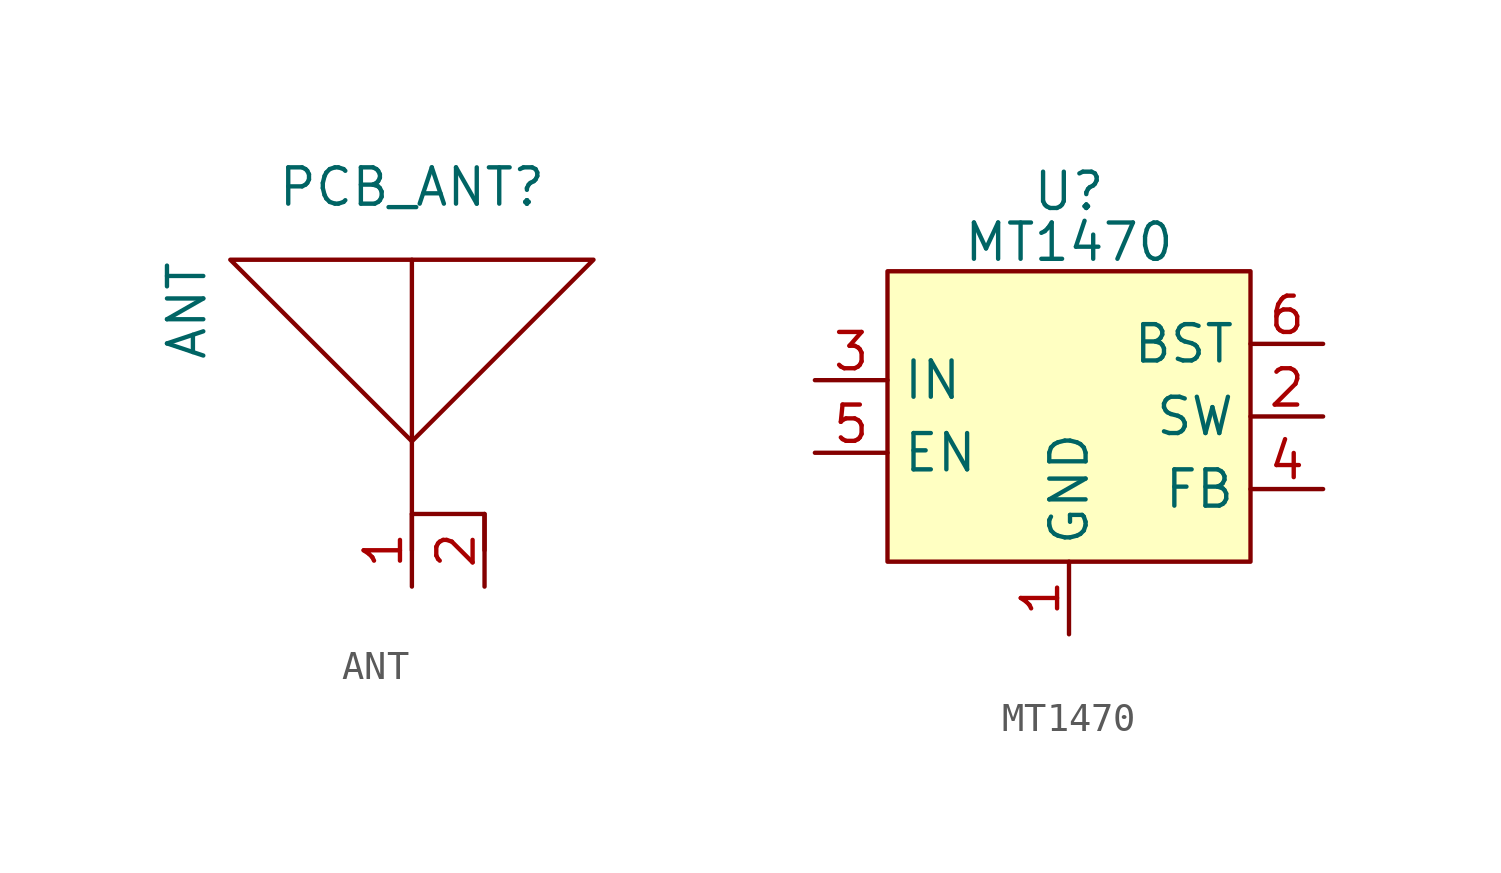
<source format=kicad_sym>
(kicad_symbol_lib
  (version 20241209)
  (generator "kicad_symbol_editor")
  (generator_version "9.0")
  (symbol "ANT"
    (property "Reference" "PCB_ANT"
      (at 0 0 0)
      (effects (font (size 1.27 1.27))))
    (property "Value" "ANT"
      (at -7.874 -4.318 90)
      (effects (font (size 1.27 1.27))))
    (symbol "ANT_0_1"
      (polyline (pts (xy -6.35 -2.54) (xy 0 -8.89) (xy 6.35 -2.54) (xy -6.35 -2.54)) (stroke (width 0) (type default)) (fill (type none)))
      (polyline (pts (xy 0 -2.54) (xy 0 -12.7)) (stroke (width 0) (type default)) (fill (type none)))
      (polyline (pts (xy 0 -11.43) (xy 2.54 -11.43) (xy 2.54 -12.7)) (stroke (width 0) (type default)) (fill (type none))))
    (symbol "ANT_1_1"
      (pin input line (at 0 -13.97 90) (length 2.54) (name "" (effects (font (size 1.27 1.27)))) (number "1" (effects (font (size 1.27 1.27)))))
      (pin power_in line (at 2.54 -13.97 90) (length 2.54) (name "" (effects (font (size 1.27 1.27)))) (number "2" (effects (font (size 1.27 1.27)))))))
  (symbol "MT1470"
    (property "Reference" "U"
      (at 0 0.254 0)
      (effects (font (size 1.27 1.27))))
    (property "Value" "MT1470"
      (at 0 -1.524 0)
      (effects (font (size 1.27 1.27))))
    (symbol "MT1470_1_1"
      (rectangle (start -6.35 -2.54) (end 6.35 -12.7) (stroke (width 0) (type solid)) (fill (type background)))
      (pin power_in line (at -8.89 -6.35 0) (length 2.54) (name "IN" (effects (font (size 1.27 1.27)))) (number "3" (effects (font (size 1.27 1.27)))))
      (pin input line (at -8.89 -8.89 0) (length 2.54) (name "EN" (effects (font (size 1.27 1.27)))) (number "5" (effects (font (size 1.27 1.27)))))
      (pin power_in line (at 0 -15.24 90) (length 2.54) (name "GND" (effects (font (size 1.27 1.27)))) (number "1" (effects (font (size 1.27 1.27)))))
      (pin output line (at 8.89 -5.08 180) (length 2.54) (name "BST" (effects (font (size 1.27 1.27)))) (number "6" (effects (font (size 1.27 1.27)))))
      (pin output line (at 8.89 -7.62 180) (length 2.54) (name "SW" (effects (font (size 1.27 1.27)))) (number "2" (effects (font (size 1.27 1.27)))))
      (pin output line (at 8.89 -10.16 180) (length 2.54) (name "FB" (effects (font (size 1.27 1.27)))) (number "4" (effects (font (size 1.27 1.27))))))))
</source>
